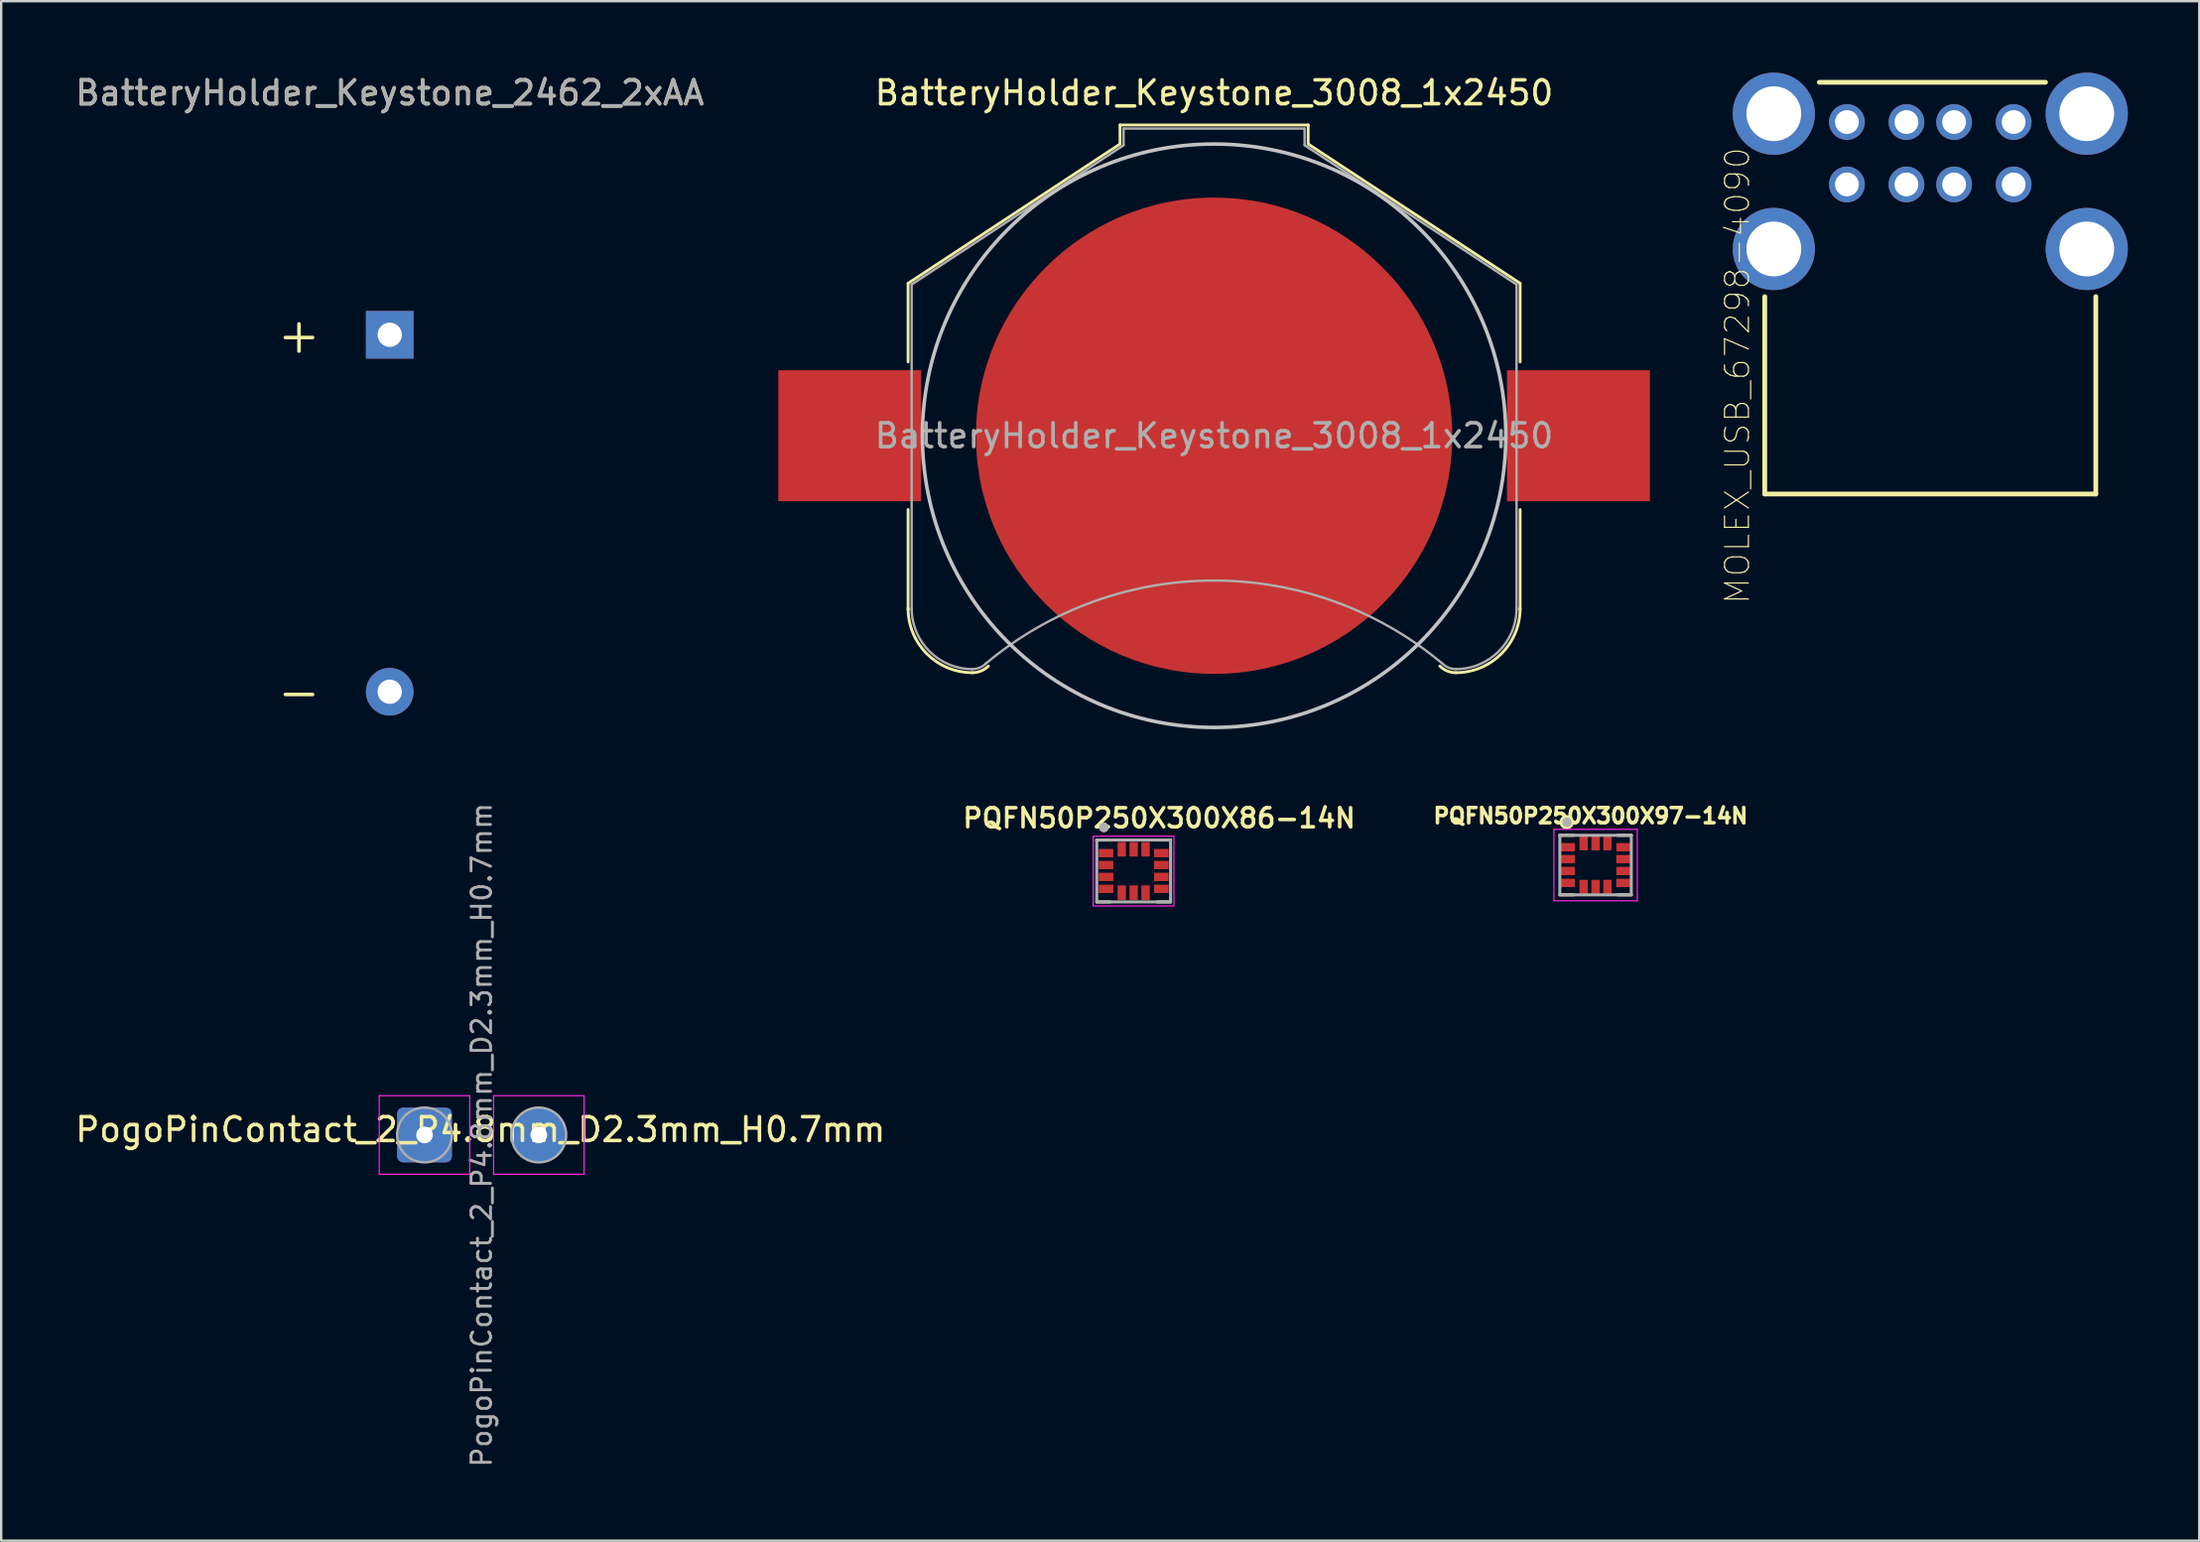
<source format=kicad_pcb>
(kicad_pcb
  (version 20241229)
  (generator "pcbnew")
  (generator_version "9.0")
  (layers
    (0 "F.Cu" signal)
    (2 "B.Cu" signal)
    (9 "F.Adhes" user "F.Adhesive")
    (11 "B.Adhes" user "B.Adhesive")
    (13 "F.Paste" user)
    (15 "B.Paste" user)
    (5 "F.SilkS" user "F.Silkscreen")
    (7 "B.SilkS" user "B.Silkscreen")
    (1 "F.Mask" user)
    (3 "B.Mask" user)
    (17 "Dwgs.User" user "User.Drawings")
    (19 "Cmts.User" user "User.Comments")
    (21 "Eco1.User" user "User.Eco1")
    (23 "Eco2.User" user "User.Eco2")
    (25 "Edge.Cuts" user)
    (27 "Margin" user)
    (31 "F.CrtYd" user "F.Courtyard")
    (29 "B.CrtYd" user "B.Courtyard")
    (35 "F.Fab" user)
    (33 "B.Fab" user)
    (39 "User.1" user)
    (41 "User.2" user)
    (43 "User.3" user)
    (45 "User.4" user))
  (footprint "BatteryHolder_Keystone_3008_1x2450"
    (layer "F.Cu")
    (at 47.931 15.248)
    (property "Reference" "BatteryHolder_Keystone_3008_1x2450" (at 0 -14.4 0) (layer "F.SilkS") (effects (font (size 1 1) (thickness 0.15))))
    (attr smd)
    (fp_line (start -12.85 -6.4) (end -12.85 -3.1) (stroke (width 0.12) (type solid)) (layer "F.SilkS"))
    (fp_line (start -12.85 3.1) (end -12.85 7.3) (stroke (width 0.12) (type solid)) (layer "F.SilkS"))
    (fp_line (start -3.95 -13.05) (end -3.95 -12.25) (stroke (width 0.12) (type solid)) (layer "F.SilkS"))
    (fp_line (start -3.95 -13.05) (end 3.95 -13.05) (stroke (width 0.12) (type solid)) (layer "F.SilkS"))
    (fp_line (start -3.95 -12.25) (end -12.85 -6.4) (stroke (width 0.12) (type solid)) (layer "F.SilkS"))
    (fp_line (start 3.95 -13.05) (end 3.95 -12.25) (stroke (width 0.12) (type solid)) (layer "F.SilkS"))
    (fp_line (start 3.95 -12.25) (end 12.85 -6.4) (stroke (width 0.12) (type solid)) (layer "F.SilkS"))
    (fp_line (start 12.85 -6.4) (end 12.85 -3.1) (stroke (width 0.12) (type solid)) (layer "F.SilkS"))
    (fp_line (start 12.85 3.1) (end 12.85 7.3) (stroke (width 0.12) (type solid)) (layer "F.SilkS"))
    (fp_arc (start -10.15 9.95) (mid -12.059188 9.159188) (end -12.85 7.25) (stroke (width 0.12) (type solid)) (layer "F.SilkS"))
    (fp_arc (start -9.478249 9.671751) (mid -9.786451 9.877685) (end -10.15 9.95) (stroke (width 0.12) (type solid)) (layer "F.SilkS"))
    (fp_arc (start 10.15 9.95) (mid 9.786451 9.877686) (end 9.478249 9.671751) (stroke (width 0.12) (type solid)) (layer "F.SilkS"))
    (fp_arc (start 12.85 7.25) (mid 12.059188 9.159188) (end 10.15 9.95) (stroke (width 0.12) (type solid)) (layer "F.SilkS"))
    (fp_circle (center 0 0) (end 12.25 0) (stroke (width 0.15) (type solid)) (fill no) (layer "Dwgs.User"))
    (fp_line (start -12.7 -6.35) (end -12.7 7.3) (stroke (width 0.1) (type solid)) (layer "F.Fab"))
    (fp_line (start -3.8 -12.9) (end -3.8 -12.2) (stroke (width 0.1) (type solid)) (layer "F.Fab"))
    (fp_line (start -3.8 -12.9) (end 3.8 -12.9) (stroke (width 0.1) (type solid)) (layer "F.Fab"))
    (fp_line (start -3.8 -12.2) (end -12.7 -6.35) (stroke (width 0.1) (type solid)) (layer "F.Fab"))
    (fp_line (start 3.8 -12.9) (end 3.8 -12.2) (stroke (width 0.1) (type solid)) (layer "F.Fab"))
    (fp_line (start 3.8 -12.2) (end 12.7 -6.35) (stroke (width 0.1) (type solid)) (layer "F.Fab"))
    (fp_line (start 12.7 -6.35) (end 12.7 7.3) (stroke (width 0.1) (type solid)) (layer "F.Fab"))
    (fp_arc (start -10.15 9.8) (mid -11.953122 9.053122) (end -12.7 7.25) (stroke (width 0.1) (type solid)) (layer "F.Fab"))
    (fp_arc (start -9.6 9.58) (mid -0.013392 6.081011) (end 9.579482 9.562783) (stroke (width 0.1) (type solid)) (layer "F.Fab"))
    (fp_arc (start -9.584315 9.565685) (mid -9.843853 9.739103) (end -10.15 9.8) (stroke (width 0.1) (type solid)) (layer "F.Fab"))
    (fp_arc (start 10.15 9.8) (mid 9.843853 9.739104) (end 9.584315 9.565685) (stroke (width 0.1) (type solid)) (layer "F.Fab"))
    (fp_arc (start 12.7 7.25) (mid 11.953122 9.053122) (end 10.15 9.8) (stroke (width 0.1) (type solid)) (layer "F.Fab"))
    (fp_text user "${REFERENCE}" (at 0 0 0) (layer "F.Fab") (effects (font (size 1 1) (thickness 0.15))))
    (pad "1" smd rect (at -15.3 0) (size 6 5.5) (layers "F.Cu" "F.Mask" "F.Paste"))
    (pad "1" smd rect (at 15.3 0) (size 6 5.5) (layers "F.Cu" "F.Mask" "F.Paste"))
    (pad "2" smd circle (at 0 0) (size 20 20) (layers "F.Cu" "F.Mask")))
  (footprint "PogoPinContact_2_P4.8mm_D2.3mm_H0.7mm"
    (layer "F.Cu")
    (at 17.125 44.886)
    (property "Reference" "PogoPinContact_2_P4.8mm_D2.3mm_H0.7mm" (at 0 -0.5 0) (unlocked yes) (layer "F.SilkS") (effects (font (size 1 1) (thickness 0.15))))
    (attr through_hole)
    (fp_line (start -4.25 -1.925) (end -4.25 1.375) (stroke (width 0.05) (type solid)) (layer "F.CrtYd"))
    (fp_line (start -4.25 1.375) (end -0.45 1.375) (stroke (width 0.05) (type solid)) (layer "F.CrtYd"))
    (fp_line (start -0.45 -1.925) (end -4.25 -1.925) (stroke (width 0.05) (type solid)) (layer "F.CrtYd"))
    (fp_line (start -0.45 1.375) (end -0.45 -1.925) (stroke (width 0.05) (type solid)) (layer "F.CrtYd"))
    (fp_line (start 0.55 -1.925) (end 0.55 1.375) (stroke (width 0.05) (type solid)) (layer "F.CrtYd"))
    (fp_line (start 0.55 1.375) (end 4.35 1.375) (stroke (width 0.05) (type solid)) (layer "F.CrtYd"))
    (fp_line (start 4.35 -1.925) (end 0.55 -1.925) (stroke (width 0.05) (type solid)) (layer "F.CrtYd"))
    (fp_line (start 4.35 1.375) (end 4.35 -1.925) (stroke (width 0.05) (type solid)) (layer "F.CrtYd"))
    (fp_circle (center -2.35 -0.275) (end -1.2 -0.275) (stroke (width 0.1) (type solid)) (fill no) (layer "F.Fab"))
    (fp_circle (center 2.45 -0.275) (end 3.6 -0.275) (stroke (width 0.1) (type solid)) (fill no) (layer "F.Fab"))
    (fp_text user "${REFERENCE}" (at 0.05 -0.275 90) (layer "F.Fab") (effects (font (size 0.82 0.82) (thickness 0.12))))
    (pad "1" thru_hole roundrect (at -2.35 -0.275) (size 2.3 2.3) (drill 0.7) (layers "*.Cu" "*.Mask") (roundrect_rratio 0.109))
    (pad "2" thru_hole circle (at 2.45 -0.275) (size 2.3 2.3) (drill 0.7) (layers "*.Cu" "*.Mask")))
  (footprint "PQFN50P250X300X86-14N"
    (layer "F.Cu")
    (at 44.554 33.525)
    (property "Reference" "PQFN50P250X300X86-14N" (at 1.07 -2.22 0) (layer "F.SilkS") (effects (font (size 0.8 0.8) (thickness 0.15))))
    (attr through_hole)
    (fp_line (start -1.55 1.3) (end -0.99 1.3) (stroke (width 0.127) (type solid)) (layer "F.SilkS"))
    (fp_line (start -0.99 -1.3) (end -1.55 -1.3) (stroke (width 0.127) (type solid)) (layer "F.SilkS"))
    (fp_line (start 0.99 -1.3) (end 1.55 -1.3) (stroke (width 0.127) (type solid)) (layer "F.SilkS"))
    (fp_line (start 0.99 1.3) (end 1.55 1.3) (stroke (width 0.127) (type solid)) (layer "F.SilkS"))
    (fp_circle (center -1.25 -1.83) (end -1.15 -1.83) (stroke (width 0.2) (type solid)) (fill no) (layer "F.SilkS"))
    (fp_rect (start 1.69 1.47) (end -1.7 -1.46) (stroke (width 0.05) (type solid)) (fill no) (layer "F.CrtYd"))
    (fp_line (start -1.55 -1.3) (end 1.55 -1.3) (stroke (width 0.127) (type solid)) (layer "F.Fab"))
    (fp_line (start -1.55 1.3) (end -1.55 -1.3) (stroke (width 0.127) (type solid)) (layer "F.Fab"))
    (fp_line (start 1.55 -1.3) (end 1.55 1.3) (stroke (width 0.127) (type solid)) (layer "F.Fab"))
    (fp_line (start 1.55 1.3) (end -1.55 1.3) (stroke (width 0.127) (type solid)) (layer "F.Fab"))
    (fp_circle (center -1.25 -1.83) (end -1.15 -1.83) (stroke (width 0.2) (type solid)) (fill no) (layer "F.Fab"))
    (pad "1" smd rect (at -1.16 -0.75) (size 0.61 0.35) (layers "F.Cu" "F.Paste"))
    (pad "2" smd rect (at -1.16 -0.25) (size 0.61 0.35) (layers "F.Cu" "F.Paste"))
    (pad "3" smd rect (at -1.16 0.25) (size 0.61 0.35) (layers "F.Cu" "F.Paste"))
    (pad "4" smd rect (at -1.16 0.75) (size 0.61 0.35) (layers "F.Cu" "F.Paste"))
    (pad "5" smd rect (at -0.5 0.91 90) (size 0.61 0.35) (layers "F.Cu" "F.Paste"))
    (pad "6" smd rect (at 0 0.91 90) (size 0.61 0.35) (layers "F.Cu" "F.Paste"))
    (pad "7" smd rect (at 0.5 0.91 90) (size 0.61 0.35) (layers "F.Cu" "F.Paste"))
    (pad "8" smd rect (at 1.16 0.75 180) (size 0.61 0.35) (layers "F.Cu" "F.Paste"))
    (pad "9" smd rect (at 1.16 0.25 180) (size 0.61 0.35) (layers "F.Cu" "F.Paste"))
    (pad "10" smd rect (at 1.16 -0.25 180) (size 0.61 0.35) (layers "F.Cu" "F.Paste"))
    (pad "11" smd rect (at 1.16 -0.75 180) (size 0.61 0.35) (layers "F.Cu" "F.Paste"))
    (pad "12" smd rect (at 0.5 -0.91 270) (size 0.61 0.35) (layers "F.Cu" "F.Paste"))
    (pad "13" smd rect (at 0 -0.91 270) (size 0.61 0.35) (layers "F.Cu" "F.Paste"))
    (pad "14" smd rect (at -0.5 -0.91 270) (size 0.61 0.35) (layers "F.Cu" "F.Paste")))
  (footprint "PQFN50P250X300X97-14N"
    (layer "F.Cu")
    (at 63.949 33.277)
    (property "Reference" "PQFN50P250X300X97-14N" (at -0.208 -2.066 0) (layer "F.SilkS") (effects (font (size 0.64 0.64) (thickness 0.15))))
    (attr through_hole)
    (fp_line (start -1.5 -1.25) (end -0.925 -1.25) (stroke (width 0.127) (type solid)) (layer "F.SilkS"))
    (fp_line (start -1.5 1.25) (end -0.925 1.25) (stroke (width 0.127) (type solid)) (layer "F.SilkS"))
    (fp_line (start 1.5 -1.25) (end 0.925 -1.25) (stroke (width 0.127) (type solid)) (layer "F.SilkS"))
    (fp_line (start 1.5 1.25) (end 0.925 1.25) (stroke (width 0.127) (type solid)) (layer "F.SilkS"))
    (fp_circle (center -1.212 -1.8) (end -1.113 -1.8) (stroke (width 0.2) (type solid)) (fill no) (layer "F.SilkS"))
    (fp_line (start -1.75 -1.5) (end 1.75 -1.5) (stroke (width 0.05) (type solid)) (layer "F.CrtYd"))
    (fp_line (start -1.75 1.5) (end -1.75 -1.5) (stroke (width 0.05) (type solid)) (layer "F.CrtYd"))
    (fp_line (start -1.75 1.5) (end 1.75 1.5) (stroke (width 0.05) (type solid)) (layer "F.CrtYd"))
    (fp_line (start 1.75 1.5) (end 1.75 -1.5) (stroke (width 0.05) (type solid)) (layer "F.CrtYd"))
    (fp_line (start -1.5 1.25) (end -1.5 -1.25) (stroke (width 0.127) (type solid)) (layer "F.Fab"))
    (fp_line (start 1.5 -1.25) (end -1.5 -1.25) (stroke (width 0.127) (type solid)) (layer "F.Fab"))
    (fp_line (start 1.5 1.25) (end -1.5 1.25) (stroke (width 0.127) (type solid)) (layer "F.Fab"))
    (fp_line (start 1.5 1.25) (end 1.5 -1.25) (stroke (width 0.127) (type solid)) (layer "F.Fab"))
    (fp_circle (center -1.2 -1.8) (end -1.1 -1.8) (stroke (width 0.2) (type solid)) (fill no) (layer "F.Fab"))
    (pad "1" smd roundrect (at -1.165 -0.75) (size 0.59 0.35) (layers "F.Cu" "F.Mask" "F.Paste") (roundrect_rratio 0.04))
    (pad "2" smd roundrect (at -1.165 -0.25) (size 0.59 0.35) (layers "F.Cu" "F.Mask" "F.Paste") (roundrect_rratio 0.04))
    (pad "3" smd roundrect (at -1.165 0.25) (size 0.59 0.35) (layers "F.Cu" "F.Mask" "F.Paste") (roundrect_rratio 0.04))
    (pad "4" smd roundrect (at -1.165 0.75) (size 0.59 0.35) (layers "F.Cu" "F.Mask" "F.Paste") (roundrect_rratio 0.04))
    (pad "5" smd roundrect (at -0.5 0.915 90) (size 0.59 0.35) (layers "F.Cu" "F.Mask" "F.Paste") (roundrect_rratio 0.04))
    (pad "6" smd roundrect (at 0 0.915 90) (size 0.59 0.35) (layers "F.Cu" "F.Mask" "F.Paste") (roundrect_rratio 0.04))
    (pad "7" smd roundrect (at 0.5 0.915 90) (size 0.59 0.35) (layers "F.Cu" "F.Mask" "F.Paste") (roundrect_rratio 0.04))
    (pad "8" smd roundrect (at 1.165 0.75) (size 0.59 0.35) (layers "F.Cu" "F.Mask" "F.Paste") (roundrect_rratio 0.04))
    (pad "9" smd roundrect (at 1.165 0.25) (size 0.59 0.35) (layers "F.Cu" "F.Mask" "F.Paste") (roundrect_rratio 0.04))
    (pad "10" smd roundrect (at 1.165 -0.25) (size 0.59 0.35) (layers "F.Cu" "F.Mask" "F.Paste") (roundrect_rratio 0.04))
    (pad "11" smd roundrect (at 1.165 -0.75) (size 0.59 0.35) (layers "F.Cu" "F.Mask" "F.Paste") (roundrect_rratio 0.04))
    (pad "12" smd roundrect (at 0.5 -0.915 90) (size 0.59 0.35) (layers "F.Cu" "F.Mask" "F.Paste") (roundrect_rratio 0.04))
    (pad "13" smd roundrect (at 0 -0.915 90) (size 0.59 0.35) (layers "F.Cu" "F.Mask" "F.Paste") (roundrect_rratio 0.04))
    (pad "14" smd roundrect (at -0.5 -0.915 90) (size 0.59 0.35) (layers "F.Cu" "F.Mask" "F.Paste") (roundrect_rratio 0.04)))
  (footprint "BatteryHolder_Keystone_2462_2xAA"
    (layer "F.Cu")
    (at 13.315 11.008)
    (property "Reference" "BatteryHolder_Keystone_2462_2xAA" (at 0 -10.16 180) (layer "F.SilkS") (effects (font (size 1 1) (thickness 0.15))))
    (attr through_hole)
    (fp_text user "+" (at -3.81 0 0) (layer "F.SilkS") (effects (font (size 1.5 1.5) (thickness 0.15))))
    (fp_text user "-" (at -3.81 14.99 0) (layer "F.SilkS") (effects (font (size 1.5 1.5) (thickness 0.15))))
    (fp_text user "${REFERENCE}" (at 0 -10.16 0) (layer "F.Fab") (effects (font (size 1 1) (thickness 0.15))))
    (pad "1" thru_hole rect (at 0 0) (size 2 2) (drill 1.02) (layers "*.Cu" "*.Mask"))
    (pad "2" thru_hole circle (at 0 14.99) (size 2 2) (drill 1.02) (layers "*.Cu" "*.Mask")))
  (footprint "MOLEX_USB_67298-4090"
    (layer "F.Cu")
    (at 78.004 7.405)
    (property "Reference" "MOLEX_USB_67298-4090" (at -8.099 5.319 90) (layer "F.SilkS") (effects (font (size 1.002 1.002) (thickness 0.05))))
    (attr through_hole)
    (fp_line (start -6.95 10.29) (end -6.95 2) (stroke (width 0.2) (type solid)) (layer "F.SilkS"))
    (fp_line (start -6.95 10.29) (end 6.95 10.29) (stroke (width 0.2) (type solid)) (layer "F.SilkS"))
    (fp_line (start -4.66 -7) (end 4.84 -7) (stroke (width 0.2) (type solid)) (layer "F.SilkS"))
    (fp_line (start 6.95 2) (end 6.95 10.29) (stroke (width 0.2) (type solid)) (layer "F.SilkS"))
    (fp_line (start -7.8 -7.25) (end 7.8 -7.25) (stroke (width 0.05) (type solid)) (layer "Eco1.User"))
    (fp_line (start -7.8 -4.5) (end -7.8 -7.25) (stroke (width 0.05) (type solid)) (layer "Eco1.User"))
    (fp_line (start -7.8 -1.25) (end -7.2 -1.25) (stroke (width 0.05) (type solid)) (layer "Eco1.User"))
    (fp_line (start -7.8 1.25) (end -7.8 -1.25) (stroke (width 0.05) (type solid)) (layer "Eco1.User"))
    (fp_line (start -7.2 -4.5) (end -7.8 -4.5) (stroke (width 0.05) (type solid)) (layer "Eco1.User"))
    (fp_line (start -7.2 -1.25) (end -7.2 -4.5) (stroke (width 0.05) (type solid)) (layer "Eco1.User"))
    (fp_line (start -7.2 1.25) (end -7.8 1.25) (stroke (width 0.05) (type solid)) (layer "Eco1.User"))
    (fp_line (start -7.2 10.45) (end -7.2 1.25) (stroke (width 0.05) (type solid)) (layer "Eco1.User"))
    (fp_line (start 7.2 -4.5) (end 7.2 -1.25) (stroke (width 0.05) (type solid)) (layer "Eco1.User"))
    (fp_line (start 7.2 -1.25) (end 7.8 -1.25) (stroke (width 0.05) (type solid)) (layer "Eco1.User"))
    (fp_line (start 7.2 1.25) (end 7.2 10.45) (stroke (width 0.05) (type solid)) (layer "Eco1.User"))
    (fp_line (start 7.2 10.45) (end -7.2 10.45) (stroke (width 0.05) (type solid)) (layer "Eco1.User"))
    (fp_line (start 7.8 -7.25) (end 7.8 -4.5) (stroke (width 0.05) (type solid)) (layer "Eco1.User"))
    (fp_line (start 7.8 -4.5) (end 7.2 -4.5) (stroke (width 0.05) (type solid)) (layer "Eco1.User"))
    (fp_line (start 7.8 -1.25) (end 7.8 1.25) (stroke (width 0.05) (type solid)) (layer "Eco1.User"))
    (fp_line (start 7.8 1.25) (end 7.2 1.25) (stroke (width 0.05) (type solid)) (layer "Eco1.User"))
    (pad "1" thru_hole circle (at -3.5 -5.33) (size 1.5 1.5) (drill 1) (layers "*.Cu" "*.Mask"))
    (pad "2" thru_hole circle (at -1 -5.33) (size 1.5 1.5) (drill 1) (layers "*.Cu" "*.Mask"))
    (pad "3" thru_hole circle (at 1 -5.33) (size 1.5 1.5) (drill 1) (layers "*.Cu" "*.Mask"))
    (pad "4" thru_hole circle (at 3.5 -5.33) (size 1.5 1.5) (drill 1) (layers "*.Cu" "*.Mask"))
    (pad "5" thru_hole circle (at -3.5 -2.71) (size 1.5 1.5) (drill 1) (layers "*.Cu" "*.Mask"))
    (pad "6" thru_hole circle (at -1 -2.71) (size 1.5 1.5) (drill 1) (layers "*.Cu" "*.Mask"))
    (pad "7" thru_hole circle (at 1 -2.71) (size 1.5 1.5) (drill 1) (layers "*.Cu" "*.Mask"))
    (pad "8" thru_hole circle (at 3.5 -2.71) (size 1.5 1.5) (drill 1) (layers "*.Cu" "*.Mask"))
    (pad "MT1" thru_hole circle (at -6.57 0) (size 3.45 3.45) (drill 2.3) (layers "*.Cu" "*.Mask"))
    (pad "MT2" thru_hole circle (at 6.57 0) (size 3.45 3.45) (drill 2.3) (layers "*.Cu" "*.Mask"))
    (pad "MT3" thru_hole circle (at -6.57 -5.68) (size 3.45 3.45) (drill 2.3) (layers "*.Cu" "*.Mask"))
    (pad "MT4" thru_hole circle (at 6.57 -5.68) (size 3.45 3.45) (drill 2.3) (layers "*.Cu" "*.Mask")))
  (gr_rect
    (start -3 -3)
    (end 89.299 61.649)
    (stroke (width 0.1) (type default))
    (fill no)
    (layer "Edge.Cuts")))
</source>
